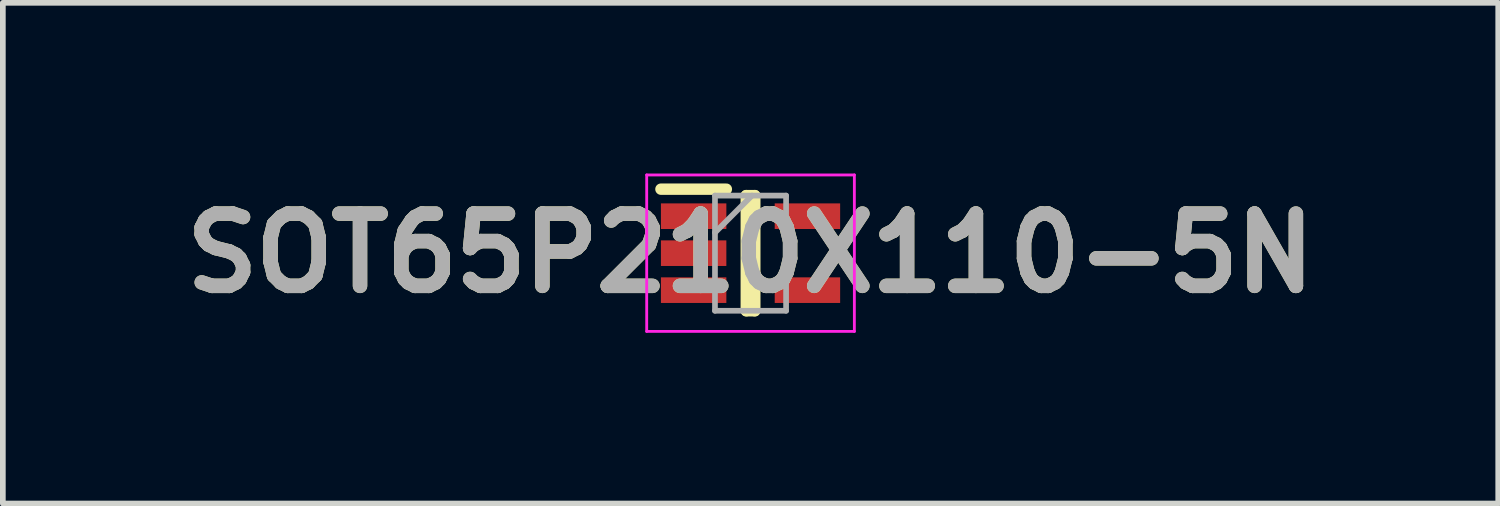
<source format=kicad_pcb>
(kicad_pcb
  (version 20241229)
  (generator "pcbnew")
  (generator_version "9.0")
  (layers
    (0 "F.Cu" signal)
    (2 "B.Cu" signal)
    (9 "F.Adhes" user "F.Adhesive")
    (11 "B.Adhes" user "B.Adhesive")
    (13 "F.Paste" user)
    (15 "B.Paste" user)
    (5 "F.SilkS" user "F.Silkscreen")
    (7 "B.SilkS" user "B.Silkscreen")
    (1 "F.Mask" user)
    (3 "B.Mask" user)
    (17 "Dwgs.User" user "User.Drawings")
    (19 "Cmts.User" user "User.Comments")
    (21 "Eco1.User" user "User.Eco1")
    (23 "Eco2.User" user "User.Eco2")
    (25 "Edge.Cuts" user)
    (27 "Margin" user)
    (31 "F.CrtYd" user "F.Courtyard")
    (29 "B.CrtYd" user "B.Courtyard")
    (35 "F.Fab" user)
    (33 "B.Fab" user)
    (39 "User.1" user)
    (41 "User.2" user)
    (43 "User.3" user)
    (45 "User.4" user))
  (footprint "SOT65P210X110-5N"
    (layer "F.Cu")
    (at 10.142 1.4)
    (property "Reference" "SOT65P210X110-5N" (at 0 0 0) (layer "F.SilkS") (effects (font (size 1.27 1.27) (thickness 0.254))))
    (attr smd)
    (fp_line (start -1.575 -1.125) (end -0.425 -1.125) (stroke (width 0.2) (type solid)) (layer "F.SilkS"))
    (fp_line (start -0.075 -1.012) (end 0.075 -1.012) (stroke (width 0.2) (type solid)) (layer "F.SilkS"))
    (fp_line (start -0.075 1.012) (end -0.075 -1.012) (stroke (width 0.2) (type solid)) (layer "F.SilkS"))
    (fp_line (start 0.075 -1.012) (end 0.075 1.012) (stroke (width 0.2) (type solid)) (layer "F.SilkS"))
    (fp_line (start 0.075 1.012) (end -0.075 1.012) (stroke (width 0.2) (type solid)) (layer "F.SilkS"))
    (fp_line (start -1.825 -1.375) (end 1.825 -1.375) (stroke (width 0.05) (type solid)) (layer "F.CrtYd"))
    (fp_line (start -1.825 1.375) (end -1.825 -1.375) (stroke (width 0.05) (type solid)) (layer "F.CrtYd"))
    (fp_line (start 1.825 -1.375) (end 1.825 1.375) (stroke (width 0.05) (type solid)) (layer "F.CrtYd"))
    (fp_line (start 1.825 1.375) (end -1.825 1.375) (stroke (width 0.05) (type solid)) (layer "F.CrtYd"))
    (fp_line (start -0.625 -1.012) (end 0.625 -1.012) (stroke (width 0.1) (type solid)) (layer "F.Fab"))
    (fp_line (start -0.625 -0.362) (end 0.025 -1.012) (stroke (width 0.1) (type solid)) (layer "F.Fab"))
    (fp_line (start -0.625 1.012) (end -0.625 -1.012) (stroke (width 0.1) (type solid)) (layer "F.Fab"))
    (fp_line (start 0.625 -1.012) (end 0.625 1.012) (stroke (width 0.1) (type solid)) (layer "F.Fab"))
    (fp_line (start 0.625 1.012) (end -0.625 1.012) (stroke (width 0.1) (type solid)) (layer "F.Fab"))
    (fp_text user "${REFERENCE}" (at 0 0 0) (layer "F.Fab") (effects (font (size 1.27 1.27) (thickness 0.254))))
    (pad "1" smd rect (at -1 -0.65 90) (size 0.45 1.15) (layers "F.Cu" "F.Mask" "F.Paste"))
    (pad "2" smd rect (at -1 0 90) (size 0.45 1.15) (layers "F.Cu" "F.Mask" "F.Paste"))
    (pad "3" smd rect (at -1 0.65 90) (size 0.45 1.15) (layers "F.Cu" "F.Mask" "F.Paste"))
    (pad "4" smd rect (at 1 0.65 90) (size 0.45 1.15) (layers "F.Cu" "F.Mask" "F.Paste"))
    (pad "5" smd rect (at 1 -0.65 90) (size 0.45 1.15) (layers "F.Cu" "F.Mask" "F.Paste")))
  (gr_rect
    (start -3 -3)
    (end 23.284 5.8)
    (stroke (width 0.1) (type default))
    (fill no)
    (layer "Edge.Cuts")))
</source>
